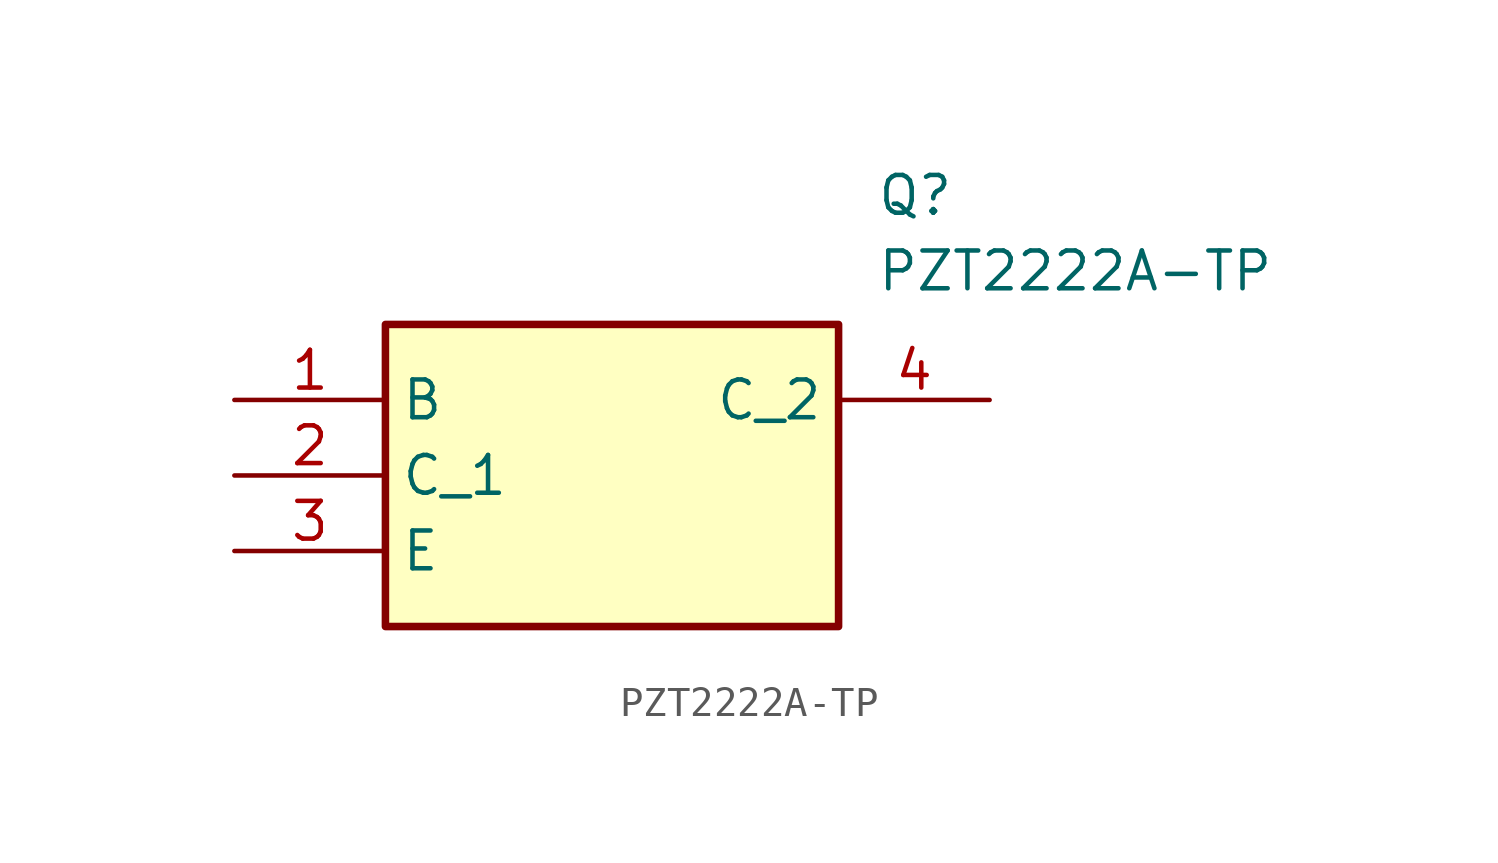
<source format=kicad_sym>
(kicad_symbol_lib
  (version 20211014)
  (generator SamacSys_ECAD_Model)
  (symbol "PZT2222A-TP"
    (property "Reference" "Q"
      (at 21.59 7.62 0)
      (effects (font (size 1.27 1.27)) (justify left top)))
    (property "Value" "PZT2222A-TP"
      (at 21.59 5.08 0)
      (effects (font (size 1.27 1.27)) (justify left top)))
    (rectangle
      (start 5.08 2.54)
      (end 20.32 -7.62)
      (stroke (width 0.254) (type default))
      (fill (type background)))
    (pin passive line
      (at 0 0 0)
      (length 5.08)
      (name "B" (effects (font (size 1.27 1.27))))
      (number "1" (effects (font (size 1.27 1.27)))))
    (pin passive line
      (at 0 -2.54 0)
      (length 5.08)
      (name "C_1" (effects (font (size 1.27 1.27))))
      (number "2" (effects (font (size 1.27 1.27)))))
    (pin passive line
      (at 0 -5.08 0)
      (length 5.08)
      (name "E" (effects (font (size 1.27 1.27))))
      (number "3" (effects (font (size 1.27 1.27)))))
    (pin passive line
      (at 25.4 0 180)
      (length 5.08)
      (name "C_2" (effects (font (size 1.27 1.27))))
      (number "4" (effects (font (size 1.27 1.27)))))))
</source>
